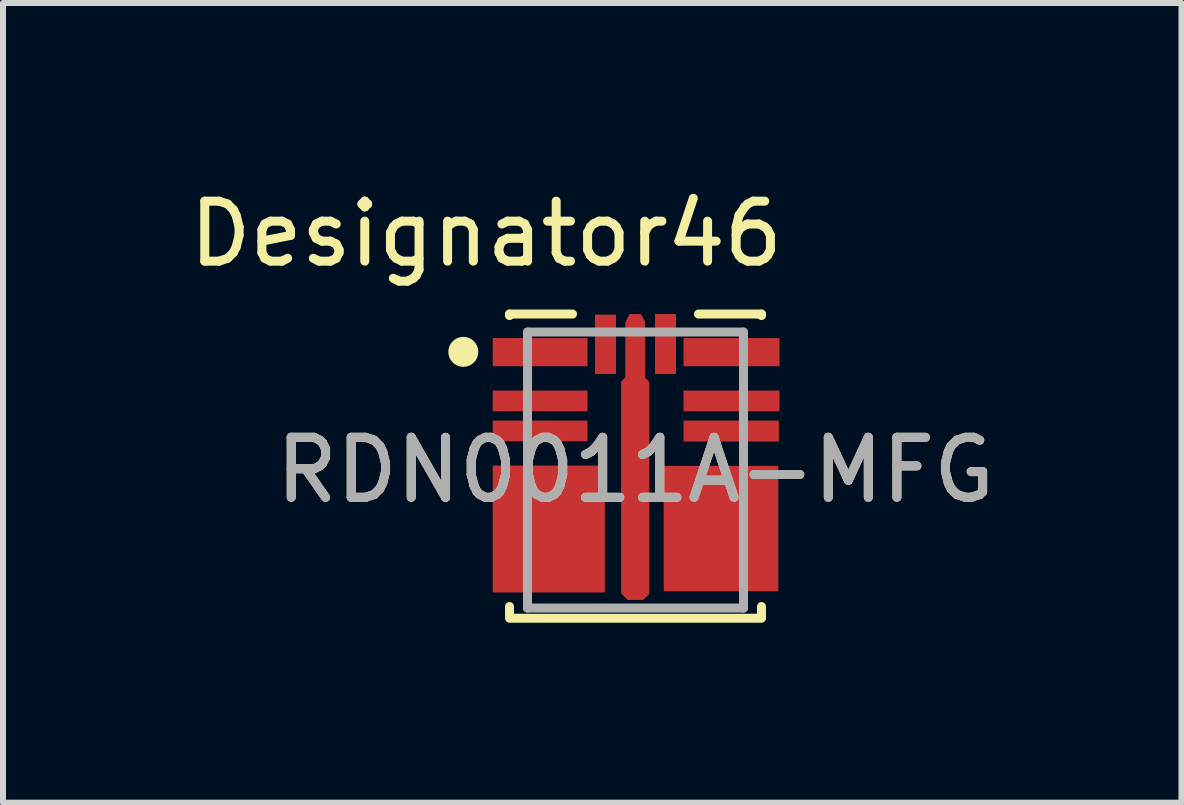
<source format=kicad_pcb>
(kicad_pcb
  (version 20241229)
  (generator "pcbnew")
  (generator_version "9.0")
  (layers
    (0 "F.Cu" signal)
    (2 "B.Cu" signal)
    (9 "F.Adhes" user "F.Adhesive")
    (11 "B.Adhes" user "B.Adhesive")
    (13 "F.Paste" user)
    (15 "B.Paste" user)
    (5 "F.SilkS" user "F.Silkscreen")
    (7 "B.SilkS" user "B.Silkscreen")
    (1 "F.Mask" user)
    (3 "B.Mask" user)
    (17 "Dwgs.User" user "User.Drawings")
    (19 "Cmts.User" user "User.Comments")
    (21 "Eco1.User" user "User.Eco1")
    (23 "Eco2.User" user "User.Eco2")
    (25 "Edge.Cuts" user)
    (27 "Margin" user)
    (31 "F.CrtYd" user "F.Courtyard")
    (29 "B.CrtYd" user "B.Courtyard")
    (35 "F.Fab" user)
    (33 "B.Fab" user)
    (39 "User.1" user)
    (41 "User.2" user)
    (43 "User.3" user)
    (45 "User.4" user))
  (footprint "RDN0011A-MFG"
    (layer "F.Cu")
    (at 7.543 4.785)
    (property "Reference" "RDN0011A-MFG" (at 0 0 0) (unlocked yes) (layer "F.SilkS") (effects (font (size 1 1) (thickness 0.15))))
    (attr through_hole)
    (fp_poly (pts (xy -0.17 -2.46) (xy -0.1 -2.6) (xy 0.09 -2.6) (xy 0.16 -2.473) (xy 0.16 -1.54) (xy 0.23 -1.47) (xy 0.23 -1.46) (xy 0.23 -1.46) (xy 0.23 2.065) (xy 0.13 2.165) (xy -0.13 2.165) (xy -0.24 2.055) (xy -0.24 -1.475) (xy -0.24 -1.475) (xy -0.24 -1.475) (xy -0.17 -1.545)) (stroke (width 0) (type solid)) (fill yes) (layer "F.Cu"))
    (fp_poly (pts (xy -1.95 -2.099) (xy -1.9 -2.15) (xy -0.9 -2.15) (xy -0.85 -2.099) (xy -0.85 -1.825) (xy -0.9 -1.774) (xy -1.9 -1.774) (xy -1.95 -1.825)) (stroke (width 0) (type solid)) (fill yes) (layer "F.Mask"))
    (fp_poly (pts (xy -1.9 -1.025) (xy -1.95 -1.075) (xy -1.95 -1.225) (xy -1.9 -1.275) (xy -0.9 -1.275) (xy -0.85 -1.225) (xy -0.85 -1.075) (xy -0.9 -1.025)) (stroke (width 0) (type solid)) (fill yes) (layer "F.Mask"))
    (fp_poly (pts (xy -0.9 -0.775) (xy -0.85 -0.725) (xy -0.85 -0.575) (xy -0.9 -0.525) (xy -1.9 -0.525) (xy -1.95 -0.575) (xy -1.95 -0.725) (xy -1.9 -0.775)) (stroke (width 0) (type solid)) (fill yes) (layer "F.Mask"))
    (fp_poly (pts (xy -0.425 -1.65) (xy -0.575 -1.65) (xy -0.625 -1.7) (xy -0.625 -2.4) (xy -0.575 -2.45) (xy -0.425 -2.45) (xy -0.375 -2.4) (xy -0.375 -1.7)) (stroke (width 0) (type solid)) (fill yes) (layer "F.Mask"))
    (fp_poly (pts (xy -0.15 -2.4) (xy -0.1 -2.45) (xy 0.1 -2.45) (xy 0.15 -2.4) (xy 0.15 -0.974) (xy 0.1 -0.924) (xy -0.1 -0.924) (xy -0.15 -0.974)) (stroke (width 0) (type solid)) (fill yes) (layer "F.Mask"))
    (fp_poly (pts (xy 0.575 -1.65) (xy 0.425 -1.65) (xy 0.375 -1.7) (xy 0.375 -2.4) (xy 0.425 -2.45) (xy 0.575 -2.45) (xy 0.625 -2.4) (xy 0.625 -1.7)) (stroke (width 0) (type solid)) (fill yes) (layer "F.Mask"))
    (fp_poly (pts (xy 0.85 -1.075) (xy 0.85 -1.225) (xy 0.9 -1.275) (xy 1.9 -1.275) (xy 1.95 -1.225) (xy 1.95 -1.075) (xy 1.9 -1.025) (xy 0.9 -1.025)) (stroke (width 0) (type solid)) (fill yes) (layer "F.Mask"))
    (fp_poly (pts (xy 0.85 -0.725) (xy 0.9 -0.775) (xy 1.9 -0.775) (xy 1.95 -0.725) (xy 1.95 -0.575) (xy 1.9 -0.525) (xy 0.9 -0.525) (xy 0.85 -0.575)) (stroke (width 0) (type solid)) (fill yes) (layer "F.Mask"))
    (fp_poly (pts (xy 1.95 -2.099) (xy 1.95 -1.825) (xy 1.9 -1.774) (xy 0.9 -1.774) (xy 0.85 -1.825) (xy 0.85 -2.099) (xy 0.9 -2.15) (xy 1.9 -2.15)) (stroke (width 0) (type solid)) (fill yes) (layer "F.Mask"))
    (fp_poly (pts (xy -0.5 2.025) (xy -0.52 2.045) (xy -0.52 -0.045) (xy -0.5 -0.025) (xy -1.525 -0.025) (xy -1.575 0.025) (xy -1.575 0.125) (xy -1.625 0.175) (xy -1.9 0.175) (xy -1.95 0.225) (xy -1.95 0.375) (xy -1.9 0.425) (xy -1.625 0.425) (xy -1.575 0.475) (xy -1.575 0.625) (xy -1.625 0.675) (xy -1.9 0.675) (xy -1.95 0.725) (xy -1.95 0.875) (xy -1.9 0.925) (xy -1.625 0.925) (xy -1.575 0.975) (xy -1.575 1.125) (xy -1.625 1.175) (xy -1.9 1.175) (xy -1.95 1.225) (xy -1.95 1.375) (xy -1.9 1.425) (xy -1.625 1.425) (xy -1.575 1.475) (xy -1.575 1.625) (xy -1.625 1.675) (xy -1.9 1.675) (xy -1.95 1.725) (xy -1.95 1.875) (xy -1.9 1.925) (xy -1.625 1.925) (xy -1.575 1.975) (xy -1.575 1.975) (xy -1.525 2.025)) (stroke (width 0) (type solid)) (fill yes) (layer "F.Mask"))
    (fp_poly (pts (xy 0.5 2.025) (xy 0.49 2.015) (xy 0.49 -0.015) (xy 0.5 -0.025) (xy 1.525 -0.025) (xy 1.575 0.025) (xy 1.575 0.125) (xy 1.625 0.175) (xy 1.9 0.175) (xy 1.95 0.225) (xy 1.95 0.375) (xy 1.9 0.425) (xy 1.625 0.425) (xy 1.575 0.475) (xy 1.575 0.625) (xy 1.625 0.675) (xy 1.9 0.675) (xy 1.95 0.725) (xy 1.95 0.875) (xy 1.9 0.925) (xy 1.625 0.925) (xy 1.575 0.975) (xy 1.575 1.125) (xy 1.625 1.175) (xy 1.9 1.175) (xy 1.95 1.225) (xy 1.95 1.375) (xy 1.9 1.425) (xy 1.625 1.425) (xy 1.575 1.475) (xy 1.575 1.625) (xy 1.625 1.675) (xy 1.9 1.675) (xy 1.95 1.725) (xy 1.95 1.875) (xy 1.9 1.925) (xy 1.625 1.925) (xy 1.575 1.975) (xy 1.575 1.975) (xy 1.525 2.025)) (stroke (width 0) (type solid)) (fill yes) (layer "F.Mask"))
    (fp_line (start -2.1 -2.6) (end -1.05 -2.6) (stroke (width 0.15) (type solid)) (layer "F.SilkS"))
    (fp_line (start -2.1 -2.575) (end -2.1 -2.6) (stroke (width 0.15) (type solid)) (layer "F.SilkS"))
    (fp_line (start -2.1 2.425) (end -2.1 2.275) (stroke (width 0.15) (type solid)) (layer "F.SilkS"))
    (fp_line (start -2.1 2.47) (end 2.1 2.47) (stroke (width 0.15) (type solid)) (layer "F.SilkS"))
    (fp_line (start 1.05 -2.6) (end 2.1 -2.6) (stroke (width 0.15) (type solid)) (layer "F.SilkS"))
    (fp_line (start 2.1 -2.575) (end 2.1 -2.6) (stroke (width 0.15) (type solid)) (layer "F.SilkS"))
    (fp_line (start 2.1 2.425) (end 2.1 2.275) (stroke (width 0.15) (type solid)) (layer "F.SilkS"))
    (fp_circle (center -2.87 -1.97) (end -2.745 -1.97) (stroke (width 0.25) (type solid)) (fill no) (layer "F.SilkS"))
    (fp_poly (pts (xy -1.95 -2.099) (xy -1.9 -2.15) (xy -0.9 -2.15) (xy -0.85 -2.099) (xy -0.85 -1.825) (xy -0.9 -1.774) (xy -1.9 -1.774) (xy -1.95 -1.825)) (stroke (width 0) (type solid)) (fill yes) (layer "F.Paste"))
    (fp_poly (pts (xy -1.9 -1.025) (xy -1.95 -1.075) (xy -1.95 -1.225) (xy -1.9 -1.275) (xy -0.9 -1.275) (xy -0.85 -1.225) (xy -0.85 -1.075) (xy -0.9 -1.025)) (stroke (width 0) (type solid)) (fill yes) (layer "F.Paste"))
    (fp_poly (pts (xy -1.575 0.225) (xy -1.575 0.375) (xy -1.625 0.425) (xy -1.9 0.425) (xy -1.95 0.375) (xy -1.95 0.225) (xy -1.9 0.175) (xy -1.625 0.175)) (stroke (width 0) (type solid)) (fill yes) (layer "F.Paste"))
    (fp_poly (pts (xy -1.575 0.725) (xy -1.575 0.875) (xy -1.625 0.925) (xy -1.9 0.925) (xy -1.95 0.875) (xy -1.95 0.725) (xy -1.9 0.675) (xy -1.625 0.675)) (stroke (width 0) (type solid)) (fill yes) (layer "F.Paste"))
    (fp_poly (pts (xy -1.575 1.225) (xy -1.575 1.375) (xy -1.625 1.425) (xy -1.9 1.425) (xy -1.95 1.375) (xy -1.95 1.225) (xy -1.9 1.175) (xy -1.625 1.175)) (stroke (width 0) (type solid)) (fill yes) (layer "F.Paste"))
    (fp_poly (pts (xy -1.575 1.725) (xy -1.575 1.875) (xy -1.625 1.925) (xy -1.9 1.925) (xy -1.95 1.875) (xy -1.95 1.725) (xy -1.9 1.675) (xy -1.625 1.675)) (stroke (width 0) (type solid)) (fill yes) (layer "F.Paste"))
    (fp_poly (pts (xy -1.38 0.443) (xy -1.38 0.028) (xy -1.33 -0.022) (xy -0.5 -0.022) (xy -0.45 0.028) (xy -0.45 0.443) (xy -0.5 0.493) (xy -1.33 0.493)) (stroke (width 0) (type solid)) (fill yes) (layer "F.Paste"))
    (fp_poly (pts (xy -1.33 1.31) (xy -1.38 1.26) (xy -1.38 0.74) (xy -1.33 0.69) (xy -0.5 0.69) (xy -0.45 0.74) (xy -0.45 1.26) (xy -0.5 1.31)) (stroke (width 0) (type solid)) (fill yes) (layer "F.Paste"))
    (fp_poly (pts (xy -1.33 1.512) (xy -0.5 1.512) (xy -0.45 1.562) (xy -0.45 1.977) (xy -0.5 2.027) (xy -1.33 2.027) (xy -1.38 1.977) (xy -1.38 1.562)) (stroke (width 0) (type solid)) (fill yes) (layer "F.Paste"))
    (fp_poly (pts (xy -0.9 -0.775) (xy -0.85 -0.725) (xy -0.85 -0.575) (xy -0.9 -0.525) (xy -1.9 -0.525) (xy -1.95 -0.575) (xy -1.95 -0.725) (xy -1.9 -0.775)) (stroke (width 0) (type solid)) (fill yes) (layer "F.Paste"))
    (fp_poly (pts (xy -0.425 -1.65) (xy -0.575 -1.65) (xy -0.625 -1.7) (xy -0.625 -2.4) (xy -0.575 -2.45) (xy -0.425 -2.45) (xy -0.375 -2.4) (xy -0.375 -1.7)) (stroke (width 0) (type solid)) (fill yes) (layer "F.Paste"))
    (fp_poly (pts (xy -0.15 -2.4) (xy -0.1 -2.45) (xy 0.1 -2.45) (xy 0.15 -2.4) (xy 0.15 -0.974) (xy 0.1 -0.924) (xy -0.1 -0.924) (xy -0.15 -0.974)) (stroke (width 0) (type solid)) (fill yes) (layer "F.Paste"))
    (fp_poly (pts (xy 0.45 1.26) (xy 0.45 0.74) (xy 0.5 0.69) (xy 1.33 0.69) (xy 1.38 0.74) (xy 1.38 1.26) (xy 1.33 1.31) (xy 0.5 1.31)) (stroke (width 0) (type solid)) (fill yes) (layer "F.Paste"))
    (fp_poly (pts (xy 0.575 -1.65) (xy 0.425 -1.65) (xy 0.375 -1.7) (xy 0.375 -2.4) (xy 0.425 -2.45) (xy 0.575 -2.45) (xy 0.625 -2.4) (xy 0.625 -1.7)) (stroke (width 0) (type solid)) (fill yes) (layer "F.Paste"))
    (fp_poly (pts (xy 0.85 -1.075) (xy 0.85 -1.225) (xy 0.9 -1.275) (xy 1.9 -1.275) (xy 1.95 -1.225) (xy 1.95 -1.075) (xy 1.9 -1.025) (xy 0.9 -1.025)) (stroke (width 0) (type solid)) (fill yes) (layer "F.Paste"))
    (fp_poly (pts (xy 0.85 -0.725) (xy 0.9 -0.775) (xy 1.9 -0.775) (xy 1.95 -0.725) (xy 1.95 -0.575) (xy 1.9 -0.525) (xy 0.9 -0.525) (xy 0.85 -0.575)) (stroke (width 0) (type solid)) (fill yes) (layer "F.Paste"))
    (fp_poly (pts (xy 1.33 0.493) (xy 0.5 0.493) (xy 0.45 0.443) (xy 0.45 0.028) (xy 0.5 -0.022) (xy 1.33 -0.022) (xy 1.38 0.028) (xy 1.38 0.443)) (stroke (width 0) (type solid)) (fill yes) (layer "F.Paste"))
    (fp_poly (pts (xy 1.38 1.562) (xy 1.38 1.977) (xy 1.33 2.027) (xy 0.5 2.027) (xy 0.45 1.977) (xy 0.45 1.562) (xy 0.5 1.512) (xy 1.33 1.512)) (stroke (width 0) (type solid)) (fill yes) (layer "F.Paste"))
    (fp_poly (pts (xy 1.95 0.225) (xy 1.95 0.375) (xy 1.9 0.425) (xy 1.625 0.425) (xy 1.575 0.375) (xy 1.575 0.225) (xy 1.625 0.175) (xy 1.9 0.175)) (stroke (width 0) (type solid)) (fill yes) (layer "F.Paste"))
    (fp_poly (pts (xy 1.95 0.725) (xy 1.95 0.875) (xy 1.9 0.925) (xy 1.625 0.925) (xy 1.575 0.875) (xy 1.575 0.725) (xy 1.625 0.675) (xy 1.9 0.675)) (stroke (width 0) (type solid)) (fill yes) (layer "F.Paste"))
    (fp_poly (pts (xy 1.95 1.225) (xy 1.95 1.375) (xy 1.9 1.425) (xy 1.625 1.425) (xy 1.575 1.375) (xy 1.575 1.225) (xy 1.625 1.175) (xy 1.9 1.175)) (stroke (width 0) (type solid)) (fill yes) (layer "F.Paste"))
    (fp_poly (pts (xy 1.95 1.725) (xy 1.95 1.875) (xy 1.9 1.925) (xy 1.625 1.925) (xy 1.575 1.875) (xy 1.575 1.725) (xy 1.625 1.675) (xy 1.9 1.675)) (stroke (width 0) (type solid)) (fill yes) (layer "F.Paste"))
    (fp_poly (pts (xy 1.95 -2.099) (xy 1.95 -1.825) (xy 1.9 -1.774) (xy 0.9 -1.774) (xy 0.85 -1.825) (xy 0.85 -2.099) (xy 0.9 -2.15) (xy 1.9 -2.15)) (stroke (width 0) (type solid)) (fill yes) (layer "F.Paste"))
    (fp_line (start -1.8 -2.3) (end 1.8 -2.3) (stroke (width 0.15) (type solid)) (layer "F.Fab"))
    (fp_line (start -1.8 2.3) (end -1.8 -2.3) (stroke (width 0.15) (type solid)) (layer "F.Fab"))
    (fp_line (start -1.8 2.3) (end 1.8 2.3) (stroke (width 0.15) (type solid)) (layer "F.Fab"))
    (fp_line (start 1.8 2.3) (end 1.8 -2.3) (stroke (width 0.15) (type solid)) (layer "F.Fab"))
    (fp_text user "Designator46" (at -2.489 -3.937 0) (unlocked yes) (layer "F.SilkS") (effects (font (size 1 1) (thickness 0.15))))
    (fp_text user "${REFERENCE}" (at 0 0 0) (unlocked yes) (layer "F.Fab") (effects (font (size 1 1) (thickness 0.15))))
    (pad "1" smd rect (at -1.59 -1.965) (size 1.58 0.469) (layers "F.Cu"))
    (pad "2" smd rect (at -1.59 -1.152) (size 1.58 0.345) (layers "F.Cu"))
    (pad "3" smd rect (at -1.59 -0.652) (size 1.58 0.345) (layers "F.Cu"))
    (pad "4" smd rect (at -1.445 0.983) (size 1.87 2.115) (layers "F.Cu"))
    (pad "5" smd rect (at 1.425 0.975) (size 1.91 2.09) (layers "F.Cu"))
    (pad "6" smd rect (at 1.595 -0.65) (size 1.59 0.35) (layers "F.Cu"))
    (pad "7" smd rect (at 1.6 -1.152) (size 1.6 0.345) (layers "F.Cu"))
    (pad "8" smd rect (at 1.6 -1.965) (size 1.6 0.469) (layers "F.Cu"))
    (pad "9" smd rect (at 0.5 -2.1) (size 0.35 1) (layers "F.Cu"))
    (pad "10" smd circle (at 0 0) (size 0.1 0.1) (layers "F.Cu"))
    (pad "11" smd rect (at -0.5 -2.095) (size 0.35 0.99) (layers "F.Cu")))
  (gr_rect
    (start -3 -3)
    (end 16.644 10.33)
    (stroke (width 0.1) (type default))
    (fill no)
    (layer "Edge.Cuts")))
</source>
